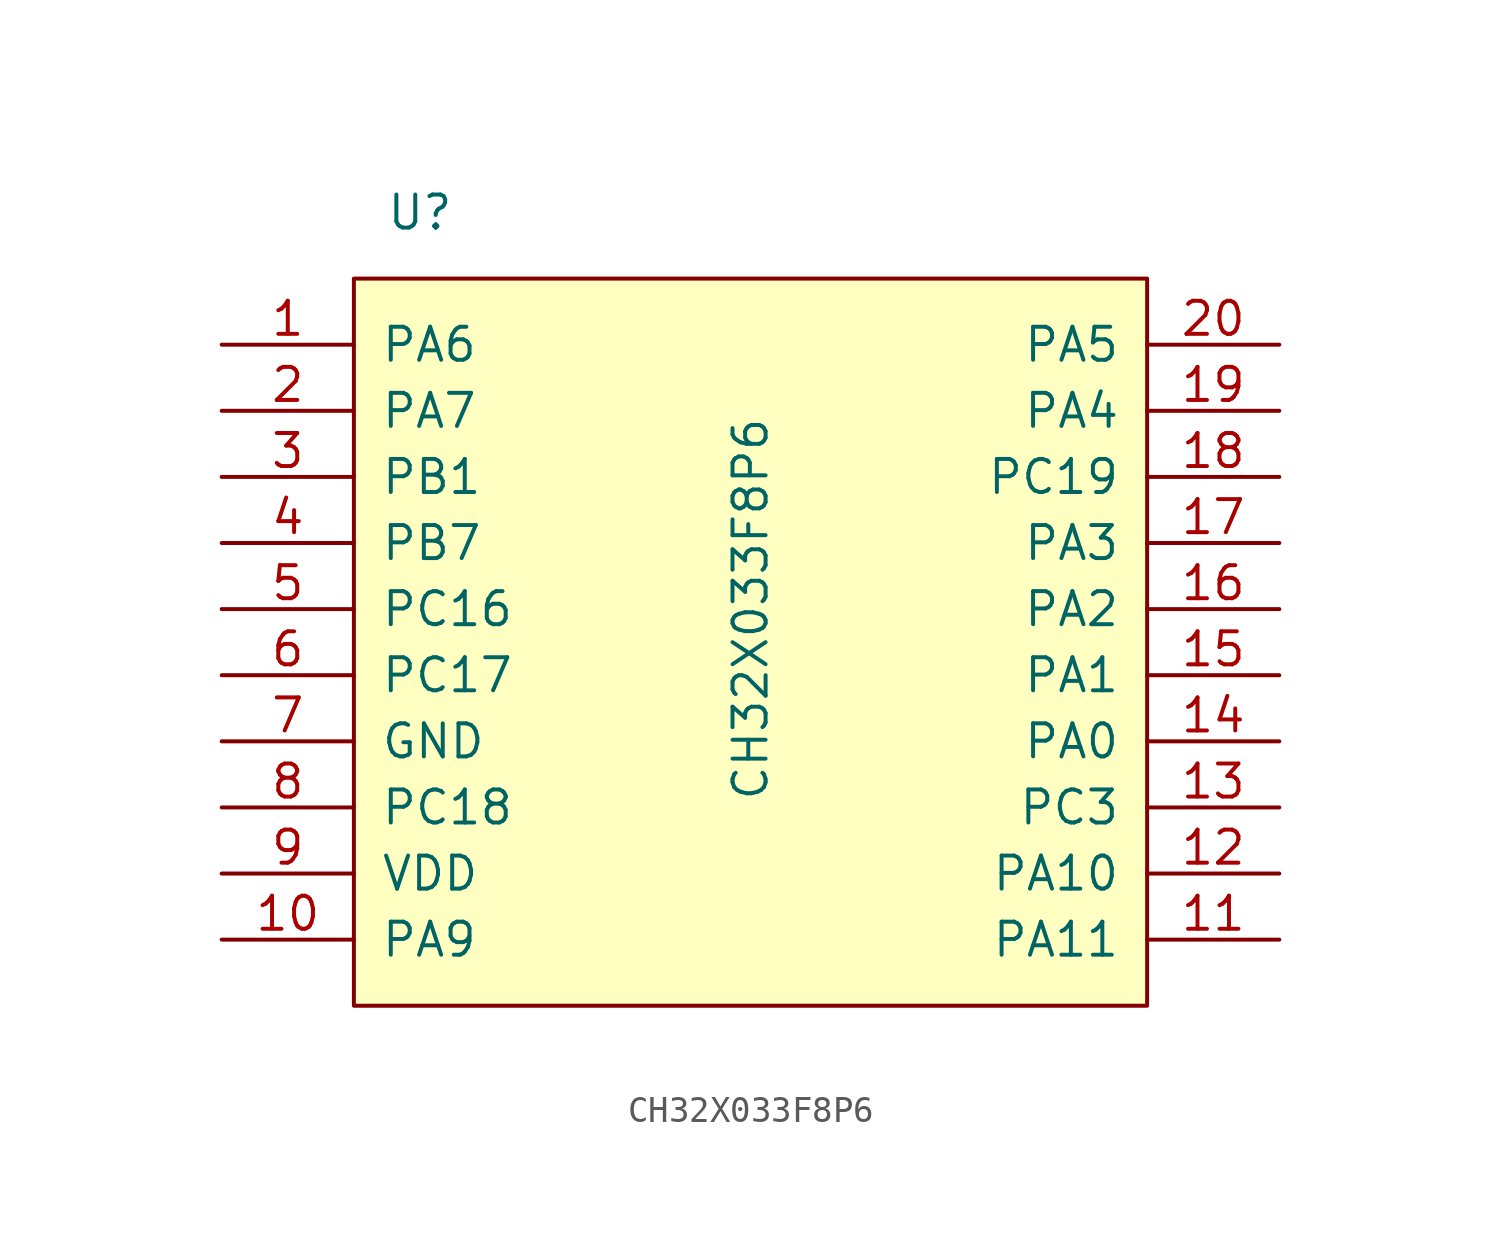
<source format=kicad_sym>
(kicad_symbol_lib
  (version 20231120)
  (generator "kicad_symbol_editor")
  (generator_version "8.0")
  (symbol "CH32X033F8P6"
    (pin_names
      (offset 1.016))
    (property "Reference" "U"
      (at -12.7 27.94 0)
      (effects (font (size 1.27 1.27))))
    (property "Value" "CH32X033F8P6"
      (at 0 12.7 90)
      (effects (font (size 1.27 1.27))))
    (symbol "CH32X033F8P6_0_1"
      (rectangle (start -15.24 25.4) (end 15.24 -2.54) (stroke (width 0) (type solid)) (fill (type background))))
    (symbol "CH32X033F8P6_1_1"
      (pin bidirectional line (at -20.32 22.86 0) (length 5.08) (name "PA6" (effects (font (size 1.27 1.27)))) (number "1" (effects (font (size 1.27 1.27)))) (alternate "A6" bidirectional line) (alternate "MISO" bidirectional line) (alternate "O1N0" bidirectional line) (alternate "T1BK_" bidirectional line) (alternate "T3C1" bidirectional line))
      (pin bidirectional line (at -20.32 0 0) (length 5.08) (name "PA9" (effects (font (size 1.27 1.27)))) (number "10" (effects (font (size 1.27 1.27)))) (alternate "MISO_" bidirectional line) (alternate "RX4_1" bidirectional line) (alternate "T2BK_" bidirectional line))
      (pin bidirectional line (at 20.32 0 180) (length 5.08) (name "PA11" (effects (font (size 1.27 1.27)))) (number "11" (effects (font (size 1.27 1.27)))) (alternate "C2P1" bidirectional line) (alternate "RX1_" bidirectional line) (alternate "SCK_" bidirectional line) (alternate "SDA" bidirectional line))
      (pin bidirectional line (at 20.32 2.54 180) (length 5.08) (name "PA10" (effects (font (size 1.27 1.27)))) (number "12" (effects (font (size 1.27 1.27)))) (alternate "MOSI_" bidirectional line) (alternate "SCL" bidirectional line) (alternate "TX1_" bidirectional line))
      (pin bidirectional line (at 20.32 5.08 180) (length 5.08) (name "PC3" (effects (font (size 1.27 1.27)))) (number "13" (effects (font (size 1.27 1.27)))) (alternate "A13" bidirectional line) (alternate "C1N0" bidirectional line) (alternate "C2N1" bidirectional line) (alternate "T1C4_" bidirectional line) (alternate "T2C1N_" bidirectional line))
      (pin bidirectional line (at 20.32 7.62 180) (length 5.08) (name "PA0" (effects (font (size 1.27 1.27)))) (number "14" (effects (font (size 1.27 1.27)))) (alternate "A0" bidirectional line) (alternate "C1P1" bidirectional line) (alternate "T2C1" bidirectional line))
      (pin bidirectional line (at 20.32 10.16 180) (length 5.08) (name "PA1" (effects (font (size 1.27 1.27)))) (number "15" (effects (font (size 1.27 1.27)))) (alternate "A1" bidirectional line) (alternate "C1O" bidirectional line) (alternate "O1N2" bidirectional line) (alternate "O2N2" bidirectional line) (alternate "T2C2" bidirectional line))
      (pin bidirectional line (at 20.32 12.7 180) (length 5.08) (name "PA2" (effects (font (size 1.27 1.27)))) (number "16" (effects (font (size 1.27 1.27)))) (alternate "A2" bidirectional line) (alternate "O2O1" bidirectional line) (alternate "T2C3" bidirectional line) (alternate "T2ET_" bidirectional line) (alternate "TX2" bidirectional line))
      (pin bidirectional line (at 20.32 15.24 180) (length 5.08) (name "PA3" (effects (font (size 1.27 1.27)))) (number "17" (effects (font (size 1.27 1.27)))) (alternate "A3" bidirectional line) (alternate "O1O0" bidirectional line) (alternate "RX2" bidirectional line) (alternate "T2C4" bidirectional line) (alternate "T3C1_" bidirectional line))
      (pin bidirectional line (at 20.32 17.78 180) (length 5.08) (name "PC19" (effects (font (size 1.27 1.27)))) (number "18" (effects (font (size 1.27 1.27)))) (alternate "C1P0" power_out line) (alternate "DCK" power_out line) (alternate "I2C_" power_out line) (alternate "RX3_" power_out line) (alternate "T2C1_" power_out line) (alternate "T3C1_" power_out line))
      (pin bidirectional line (at 20.32 20.32 180) (length 5.08) (name "PA4" (effects (font (size 1.27 1.27)))) (number "19" (effects (font (size 1.27 1.27)))) (alternate "A4" power_out line) (alternate "CS" power_out line) (alternate "O2O0" power_out line) (alternate "T3C2_" power_out line))
      (pin input line (at -20.32 20.32 0) (length 5.08) (name "PA7" (effects (font (size 1.27 1.27)))) (number "2" (effects (font (size 1.27 1.27)))) (alternate "A8" bidirectional line) (alternate "MOSI" bidirectional line) (alternate "O1P0" bidirectional line) (alternate "O2P0" bidirectional line) (alternate "PB0" bidirectional line) (alternate "T1C1N_" bidirectional line) (alternate "T1C2N_" bidirectional line) (alternate "T3C2" bidirectional line) (alternate "TX4" bidirectional line))
      (pin bidirectional line (at 20.32 22.86 180) (length 5.08) (name "PA5" (effects (font (size 1.27 1.27)))) (number "20" (effects (font (size 1.27 1.27)))) (alternate "A5" power_out line) (alternate "O2N0" power_out line) (alternate "SCK" power_out line) (alternate "TX4_1" power_out line))
      (pin input line (at -20.32 17.78 0) (length 5.08) (name "PB1" (effects (font (size 1.27 1.27)))) (number "3" (effects (font (size 1.27 1.27)))) (alternate "A9" bidirectional line) (alternate "O2N1" bidirectional line) (alternate "RX4" bidirectional line) (alternate "T1C3N_" bidirectional line))
      (pin bidirectional line (at -20.32 15.24 0) (length 5.08) (name "PB7" (effects (font (size 1.27 1.27)))) (number "4" (effects (font (size 1.27 1.27)))) (alternate "O2P2" bidirectional line) (alternate "RST" bidirectional line) (alternate "T1C2N" bidirectional line))
      (pin input line (at -20.32 12.7 0) (length 5.08) (name "PC16" (effects (font (size 1.27 1.27)))) (number "5" (effects (font (size 1.27 1.27)))) (alternate "I2C_" bidirectional line) (alternate "PC11" bidirectional line) (alternate "RX4_5" bidirectional line) (alternate "T1C4" bidirectional line) (alternate "TX4_2" bidirectional line) (alternate "UDM" bidirectional line))
      (pin input line (at -20.32 10.16 0) (length 5.08) (name "PC17" (effects (font (size 1.27 1.27)))) (number "6" (effects (font (size 1.27 1.27)))) (alternate "I2C_" bidirectional line) (alternate "PC10" bidirectional line) (alternate "RX4_2" bidirectional line) (alternate "T1ET" bidirectional line) (alternate "TX4_5" bidirectional line) (alternate "UDP" bidirectional line))
      (pin input line (at -20.32 7.62 0) (length 5.08) (name "GND" (effects (font (size 1.27 1.27)))) (number "7" (effects (font (size 1.27 1.27)))))
      (pin bidirectional line (at -20.32 5.08 0) (length 5.08) (name "PC18" (effects (font (size 1.27 1.27)))) (number "8" (effects (font (size 1.27 1.27)))) (alternate "DIO" bidirectional line) (alternate "I2C_" bidirectional line) (alternate "T1ET_" bidirectional line) (alternate "T2C1N_" bidirectional line) (alternate "T3C2_" bidirectional line) (alternate "TX3_" bidirectional line))
      (pin input line (at -20.32 2.54 0) (length 5.08) (name "VDD" (effects (font (size 1.27 1.27)))) (number "9" (effects (font (size 1.27 1.27))))))))
</source>
